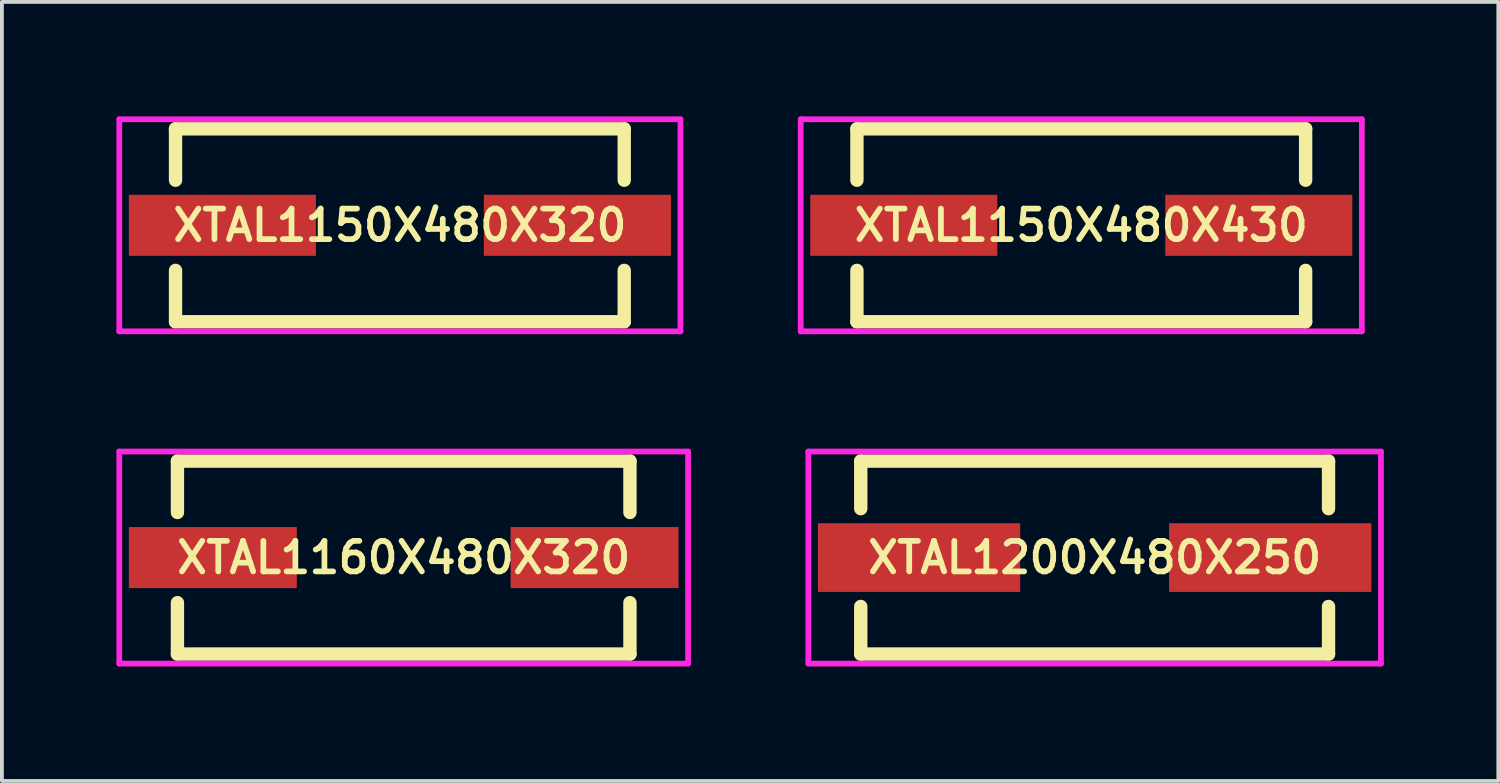
<source format=kicad_pcb>
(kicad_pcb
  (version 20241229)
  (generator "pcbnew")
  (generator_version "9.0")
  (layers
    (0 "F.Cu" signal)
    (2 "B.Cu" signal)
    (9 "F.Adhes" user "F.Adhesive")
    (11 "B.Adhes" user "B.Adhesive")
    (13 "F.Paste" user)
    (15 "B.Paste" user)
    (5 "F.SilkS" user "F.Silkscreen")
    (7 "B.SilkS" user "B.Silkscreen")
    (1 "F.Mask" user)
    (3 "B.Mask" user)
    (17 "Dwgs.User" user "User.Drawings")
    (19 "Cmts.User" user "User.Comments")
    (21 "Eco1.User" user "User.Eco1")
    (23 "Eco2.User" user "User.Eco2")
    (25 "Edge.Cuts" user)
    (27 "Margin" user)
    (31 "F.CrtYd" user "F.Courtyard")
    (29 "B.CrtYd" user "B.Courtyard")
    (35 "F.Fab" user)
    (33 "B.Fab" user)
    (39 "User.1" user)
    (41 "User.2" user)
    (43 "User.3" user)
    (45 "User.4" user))
  (footprint "XTAL1150X480X320"
    (layer "F.Cu")
    (at 7.425 2.852)
    (property "Reference" "XTAL1150X480X320" (at 0 0 0) (layer "F.SilkS") (effects (font (size 0.8 0.8) (thickness 0.15))))
    (attr smd)
    (fp_line (start -5.877 -2.527) (end 5.877 -2.527) (stroke (width 0.35) (type solid)) (layer "F.SilkS"))
    (fp_line (start -5.877 -1.181) (end -5.877 -2.527) (stroke (width 0.35) (type solid)) (layer "F.SilkS"))
    (fp_line (start -5.877 1.181) (end -5.877 2.527) (stroke (width 0.35) (type solid)) (layer "F.SilkS"))
    (fp_line (start -5.877 2.527) (end 5.877 2.527) (stroke (width 0.35) (type solid)) (layer "F.SilkS"))
    (fp_line (start 5.877 -2.527) (end 5.877 -1.181) (stroke (width 0.35) (type solid)) (layer "F.SilkS"))
    (fp_line (start 5.877 2.527) (end 5.877 1.181) (stroke (width 0.35) (type solid)) (layer "F.SilkS"))
    (fp_line (start -7.35 -2.777) (end 7.35 -2.777) (stroke (width 0.15) (type solid)) (layer "F.CrtYd"))
    (fp_line (start -7.35 2.777) (end -7.35 -2.777) (stroke (width 0.15) (type solid)) (layer "F.CrtYd"))
    (fp_line (start 7.35 -2.777) (end 7.35 2.777) (stroke (width 0.15) (type solid)) (layer "F.CrtYd"))
    (fp_line (start 7.35 2.777) (end -7.35 2.777) (stroke (width 0.15) (type solid)) (layer "F.CrtYd"))
    (pad "1" smd rect (at -4.65 0) (size 4.9 1.6) (layers "F.Cu" "F.Mask" "F.Paste"))
    (pad "2" smd rect (at 4.65 0) (size 4.9 1.6) (layers "F.Cu" "F.Mask" "F.Paste")))
  (footprint "XTAL1150X480X430"
    (layer "F.Cu")
    (at 25.275 2.852)
    (property "Reference" "XTAL1150X480X430" (at 0 0 0) (layer "F.SilkS") (effects (font (size 0.8 0.8) (thickness 0.15))))
    (attr smd)
    (fp_line (start -5.877 -2.527) (end 5.877 -2.527) (stroke (width 0.35) (type solid)) (layer "F.SilkS"))
    (fp_line (start -5.877 -1.181) (end -5.877 -2.527) (stroke (width 0.35) (type solid)) (layer "F.SilkS"))
    (fp_line (start -5.877 1.181) (end -5.877 2.527) (stroke (width 0.35) (type solid)) (layer "F.SilkS"))
    (fp_line (start -5.877 2.527) (end 5.877 2.527) (stroke (width 0.35) (type solid)) (layer "F.SilkS"))
    (fp_line (start 5.877 -2.527) (end 5.877 -1.181) (stroke (width 0.35) (type solid)) (layer "F.SilkS"))
    (fp_line (start 5.877 2.527) (end 5.877 1.181) (stroke (width 0.35) (type solid)) (layer "F.SilkS"))
    (fp_line (start -7.35 -2.777) (end 7.35 -2.777) (stroke (width 0.15) (type solid)) (layer "F.CrtYd"))
    (fp_line (start -7.35 2.777) (end -7.35 -2.777) (stroke (width 0.15) (type solid)) (layer "F.CrtYd"))
    (fp_line (start 7.35 -2.777) (end 7.35 2.777) (stroke (width 0.15) (type solid)) (layer "F.CrtYd"))
    (fp_line (start 7.35 2.777) (end -7.35 2.777) (stroke (width 0.15) (type solid)) (layer "F.CrtYd"))
    (pad "1" smd rect (at -4.65 0) (size 4.9 1.6) (layers "F.Cu" "F.Mask" "F.Paste"))
    (pad "2" smd rect (at 4.65 0) (size 4.9 1.6) (layers "F.Cu" "F.Mask" "F.Paste")))
  (footprint "XTAL1160X480X320"
    (layer "F.Cu")
    (at 7.525 11.556)
    (property "Reference" "XTAL1160X480X320" (at 0 0 0) (layer "F.SilkS") (effects (font (size 0.8 0.8) (thickness 0.15))))
    (attr through_hole)
    (fp_line (start -5.927 -2.527) (end 5.927 -2.527) (stroke (width 0.35) (type solid)) (layer "F.SilkS"))
    (fp_line (start -5.927 -1.181) (end -5.927 -2.527) (stroke (width 0.35) (type solid)) (layer "F.SilkS"))
    (fp_line (start -5.927 1.181) (end -5.927 2.527) (stroke (width 0.35) (type solid)) (layer "F.SilkS"))
    (fp_line (start -5.927 2.527) (end 5.927 2.527) (stroke (width 0.35) (type solid)) (layer "F.SilkS"))
    (fp_line (start 5.927 -2.527) (end 5.927 -1.181) (stroke (width 0.35) (type solid)) (layer "F.SilkS"))
    (fp_line (start 5.927 2.527) (end 5.927 1.181) (stroke (width 0.35) (type solid)) (layer "F.SilkS"))
    (fp_line (start -7.45 -2.777) (end 7.45 -2.777) (stroke (width 0.15) (type solid)) (layer "F.CrtYd"))
    (fp_line (start -7.45 2.777) (end -7.45 -2.777) (stroke (width 0.15) (type solid)) (layer "F.CrtYd"))
    (fp_line (start 7.45 -2.777) (end 7.45 2.777) (stroke (width 0.15) (type solid)) (layer "F.CrtYd"))
    (fp_line (start 7.45 2.777) (end -7.45 2.777) (stroke (width 0.15) (type solid)) (layer "F.CrtYd"))
    (pad "1" smd rect (at -5 0) (size 4.4 1.6) (layers "F.Cu" "F.Mask" "F.Paste"))
    (pad "2" smd rect (at 5 0) (size 4.4 1.6) (layers "F.Cu" "F.Mask" "F.Paste")))
  (footprint "XTAL1200X480X250"
    (layer "F.Cu")
    (at 25.625 11.556)
    (property "Reference" "XTAL1200X480X250" (at 0 0 0) (layer "F.SilkS") (effects (font (size 0.8 0.8) (thickness 0.15))))
    (attr smd)
    (fp_line (start -6.127 -2.527) (end 6.127 -2.527) (stroke (width 0.35) (type solid)) (layer "F.SilkS"))
    (fp_line (start -6.127 -1.281) (end -6.127 -2.527) (stroke (width 0.35) (type solid)) (layer "F.SilkS"))
    (fp_line (start -6.127 1.281) (end -6.127 2.527) (stroke (width 0.35) (type solid)) (layer "F.SilkS"))
    (fp_line (start -6.127 2.527) (end 6.127 2.527) (stroke (width 0.35) (type solid)) (layer "F.SilkS"))
    (fp_line (start 6.127 -2.527) (end 6.127 -1.281) (stroke (width 0.35) (type solid)) (layer "F.SilkS"))
    (fp_line (start 6.127 2.527) (end 6.127 1.281) (stroke (width 0.35) (type solid)) (layer "F.SilkS"))
    (fp_line (start -7.5 -2.777) (end 7.5 -2.777) (stroke (width 0.15) (type solid)) (layer "F.CrtYd"))
    (fp_line (start -7.5 2.777) (end -7.5 -2.777) (stroke (width 0.15) (type solid)) (layer "F.CrtYd"))
    (fp_line (start 7.5 -2.777) (end 7.5 2.777) (stroke (width 0.15) (type solid)) (layer "F.CrtYd"))
    (fp_line (start 7.5 2.777) (end -7.5 2.777) (stroke (width 0.15) (type solid)) (layer "F.CrtYd"))
    (pad "1" smd rect (at -4.6 0) (size 5.3 1.8) (layers "F.Cu" "F.Mask" "F.Paste"))
    (pad "2" smd rect (at 4.6 0) (size 5.3 1.8) (layers "F.Cu" "F.Mask" "F.Paste")))
  (gr_rect
    (start -3 -3)
    (end 36.2 17.408)
    (stroke (width 0.1) (type default))
    (fill no)
    (layer "Edge.Cuts")))
</source>
